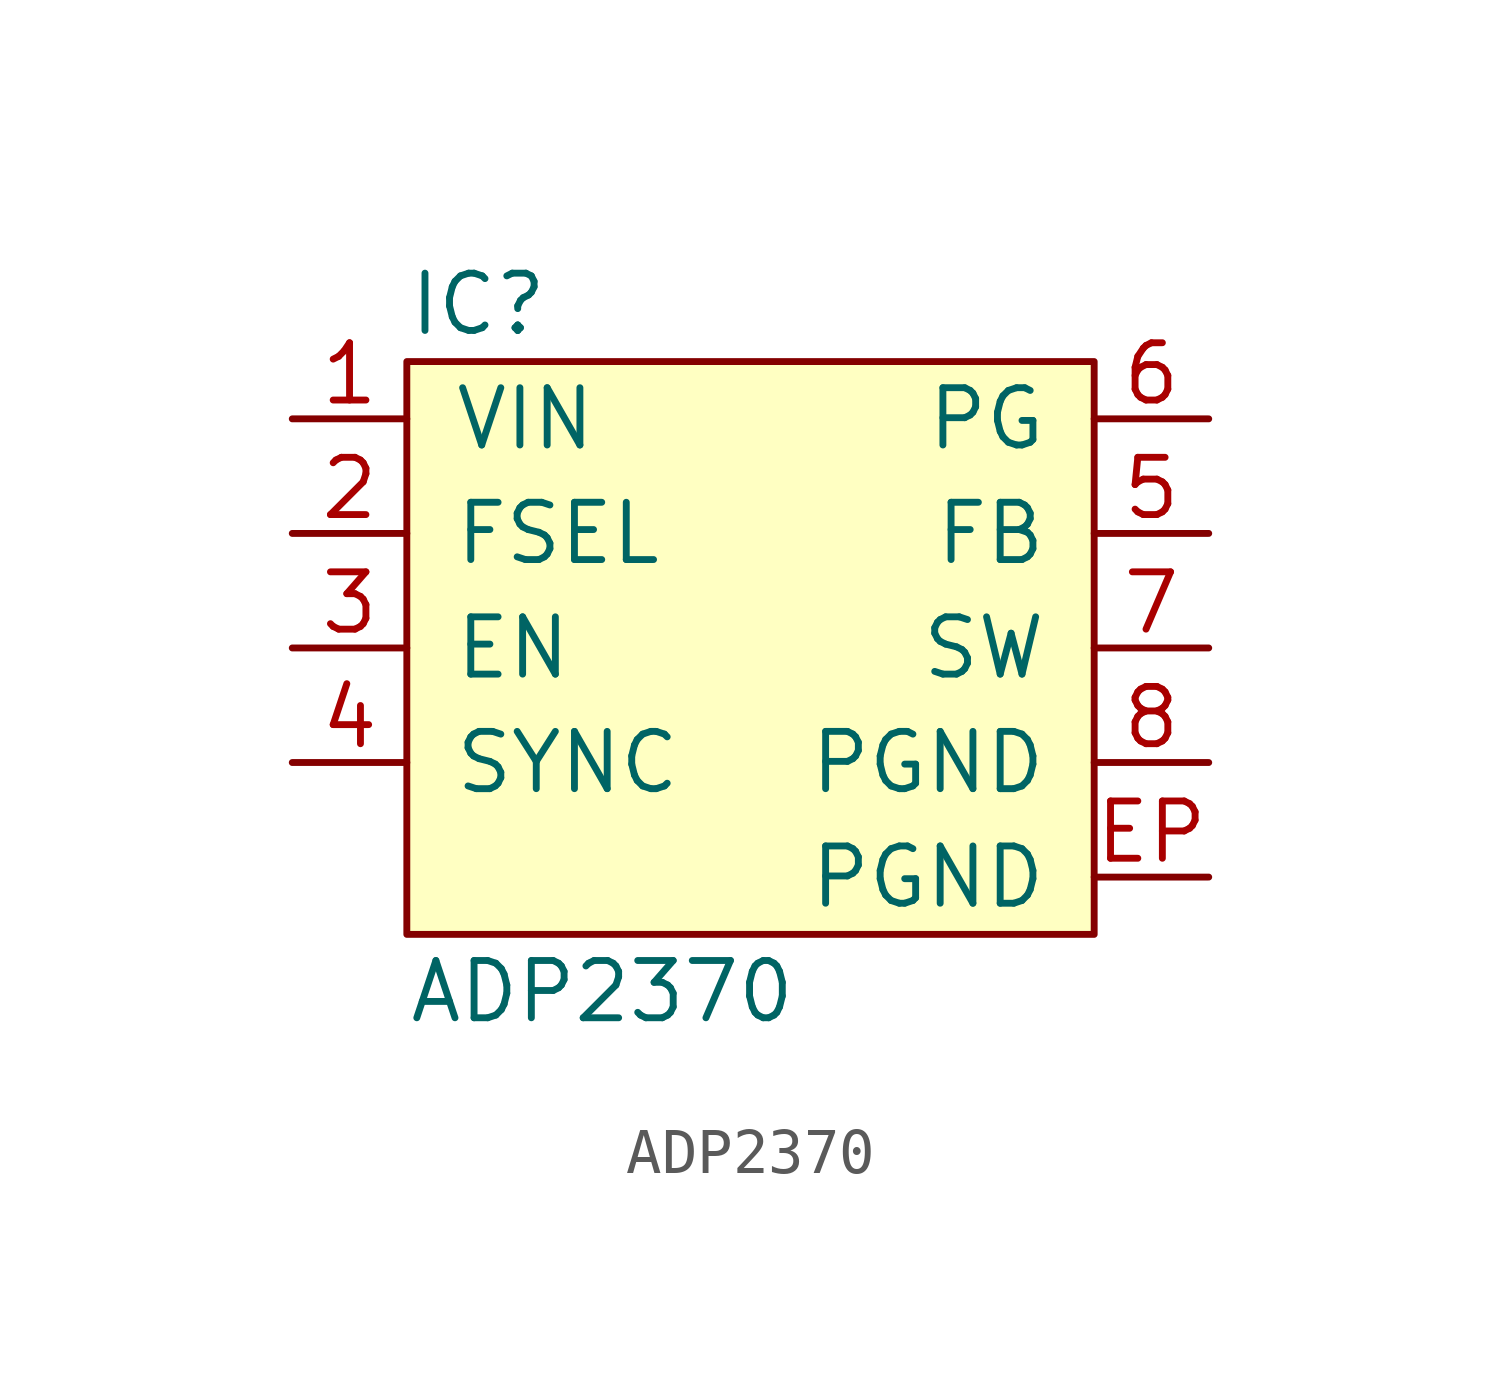
<source format=kicad_sym>
(kicad_symbol_lib
  (version 20211014)
  (generator agg_kicad.build_lib_ic)
  (symbol "ADP2370"
    (pin_names
      (offset 1.016))
    (property Reference IC
      (at -7.62 7.62 0)
      (effects (font (size 1.27 1.27)) (justify left)))
    (property Value "ADP2370"
      (at -7.62 -7.62 0)
      (effects (font (size 1.27 1.27)) (justify left)))
    (symbol "ADP2370_0_0"
      (rectangle (start -7.62 6.35) (end 7.62 -6.35) (stroke (width 0) (type default) (color 0 0 0 0)) (fill (type background)))
      (pin power_in line (at -10.16 5.08 0) (length 2.54) (name VIN (effects (font (size 1.27 1.27)))) (number "1" (effects (font (size 1.27 1.27)))))
      (pin input line (at -10.16 2.54 0) (length 2.54) (name FSEL (effects (font (size 1.27 1.27)))) (number "2" (effects (font (size 1.27 1.27)))))
      (pin input line (at -10.16 0 0) (length 2.54) (name EN (effects (font (size 1.27 1.27)))) (number "3" (effects (font (size 1.27 1.27)))))
      (pin input line (at -10.16 -2.54 0) (length 2.54) (name SYNC (effects (font (size 1.27 1.27)))) (number "4" (effects (font (size 1.27 1.27)))))
      (pin open_collector line (at 10.16 5.08 180) (length 2.54) (name PG (effects (font (size 1.27 1.27)))) (number "6" (effects (font (size 1.27 1.27)))))
      (pin input line (at 10.16 2.54 180) (length 2.54) (name FB (effects (font (size 1.27 1.27)))) (number "5" (effects (font (size 1.27 1.27)))))
      (pin passive line (at 10.16 0 180) (length 2.54) (name SW (effects (font (size 1.27 1.27)))) (number "7" (effects (font (size 1.27 1.27)))))
      (pin power_in line (at 10.16 -2.54 180) (length 2.54) (name PGND (effects (font (size 1.27 1.27)))) (number "8" (effects (font (size 1.27 1.27)))))
      (pin power_in line (at 10.16 -5.08 180) (length 2.54) (name PGND (effects (font (size 1.27 1.27)))) (number EP (effects (font (size 1.27 1.27))))))))
</source>
